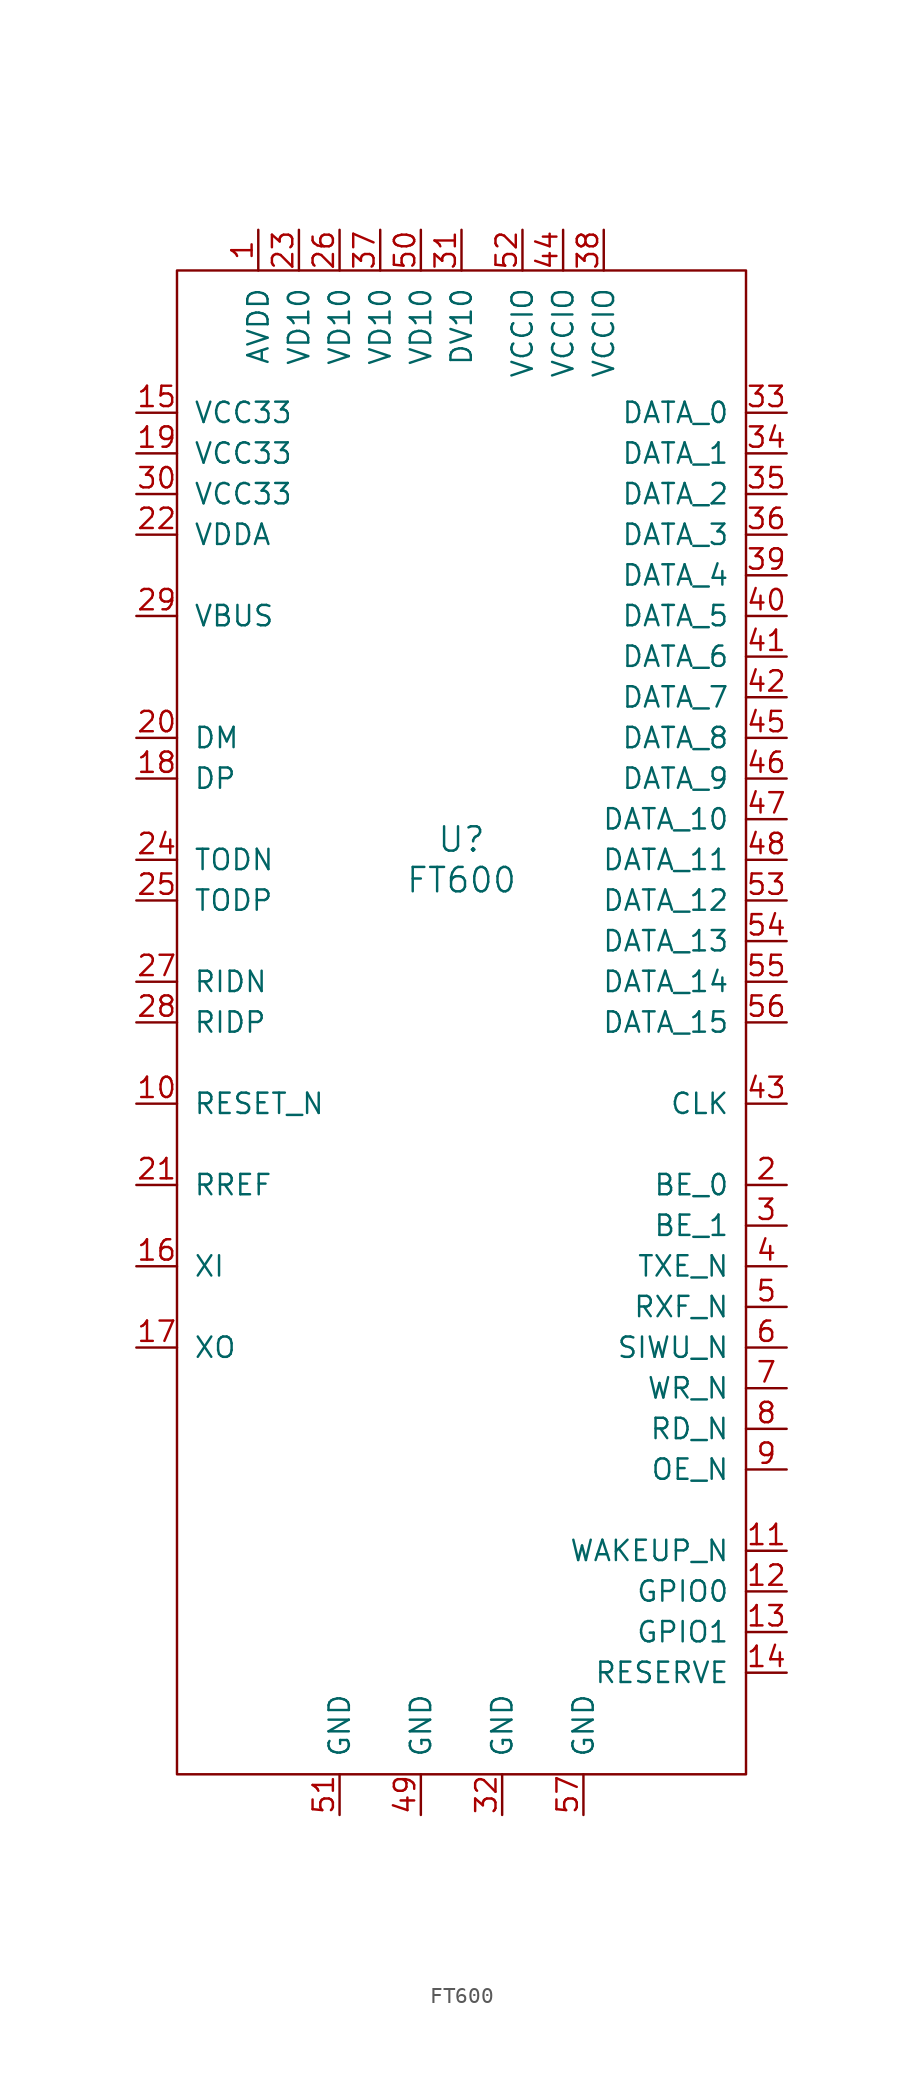
<source format=kicad_sym>
(kicad_symbol_lib
  (version 20211014)
  (generator kicad_symbol_editor)
  (symbol "FT600"
    (pin_names
      (offset 1.016))
    (property "Reference" "U"
      (at 0 1.27 0)
      (effects (font (size 1.524 1.524))))
    (property "Value" "FT600"
      (at 0 -1.27 0)
      (effects (font (size 1.524 1.524))))
    (symbol "FT600_0_1"
      (rectangle (start -17.78 36.83) (end 17.78 -57.15) (stroke (width 0) (type default) (color 0 0 0 0)) (fill (type none))))
    (symbol "FT600_1_1"
      (pin power_in line (at -12.7 39.37 270) (length 2.54) (name "AVDD" (effects (font (size 1.27 1.27)))) (number "1" (effects (font (size 1.27 1.27)))))
      (pin input line (at -20.32 -15.24 0) (length 2.54) (name "RESET_N" (effects (font (size 1.27 1.27)))) (number "10" (effects (font (size 1.27 1.27)))))
      (pin input line (at 20.32 -43.18 180) (length 2.54) (name "WAKEUP_N" (effects (font (size 1.27 1.27)))) (number "11" (effects (font (size 1.27 1.27)))))
      (pin bidirectional line (at 20.32 -45.72 180) (length 2.54) (name "GPIO0" (effects (font (size 1.27 1.27)))) (number "12" (effects (font (size 1.27 1.27)))))
      (pin bidirectional line (at 20.32 -48.26 180) (length 2.54) (name "GPIO1" (effects (font (size 1.27 1.27)))) (number "13" (effects (font (size 1.27 1.27)))))
      (pin bidirectional line (at 20.32 -50.8 180) (length 2.54) (name "RESERVE" (effects (font (size 1.27 1.27)))) (number "14" (effects (font (size 1.27 1.27)))))
      (pin power_in line (at -20.32 27.94 0) (length 2.54) (name "VCC33" (effects (font (size 1.27 1.27)))) (number "15" (effects (font (size 1.27 1.27)))))
      (pin input line (at -20.32 -25.4 0) (length 2.54) (name "XI" (effects (font (size 1.27 1.27)))) (number "16" (effects (font (size 1.27 1.27)))))
      (pin output line (at -20.32 -30.48 0) (length 2.54) (name "XO" (effects (font (size 1.27 1.27)))) (number "17" (effects (font (size 1.27 1.27)))))
      (pin bidirectional line (at -20.32 5.08 0) (length 2.54) (name "DP" (effects (font (size 1.27 1.27)))) (number "18" (effects (font (size 1.27 1.27)))))
      (pin power_in line (at -20.32 25.4 0) (length 2.54) (name "VCC33" (effects (font (size 1.27 1.27)))) (number "19" (effects (font (size 1.27 1.27)))))
      (pin output line (at 20.32 -20.32 180) (length 2.54) (name "BE_0" (effects (font (size 1.27 1.27)))) (number "2" (effects (font (size 1.27 1.27)))))
      (pin bidirectional line (at -20.32 7.62 0) (length 2.54) (name "DM" (effects (font (size 1.27 1.27)))) (number "20" (effects (font (size 1.27 1.27)))))
      (pin input line (at -20.32 -20.32 0) (length 2.54) (name "RREF" (effects (font (size 1.27 1.27)))) (number "21" (effects (font (size 1.27 1.27)))))
      (pin power_in line (at -20.32 20.32 0) (length 2.54) (name "VDDA" (effects (font (size 1.27 1.27)))) (number "22" (effects (font (size 1.27 1.27)))))
      (pin power_in line (at -10.16 39.37 270) (length 2.54) (name "VD10" (effects (font (size 1.27 1.27)))) (number "23" (effects (font (size 1.27 1.27)))))
      (pin output line (at -20.32 0 0) (length 2.54) (name "TODN" (effects (font (size 1.27 1.27)))) (number "24" (effects (font (size 1.27 1.27)))))
      (pin output line (at -20.32 -2.54 0) (length 2.54) (name "TODP" (effects (font (size 1.27 1.27)))) (number "25" (effects (font (size 1.27 1.27)))))
      (pin power_in line (at -7.62 39.37 270) (length 2.54) (name "VD10" (effects (font (size 1.27 1.27)))) (number "26" (effects (font (size 1.27 1.27)))))
      (pin input line (at -20.32 -7.62 0) (length 2.54) (name "RIDN" (effects (font (size 1.27 1.27)))) (number "27" (effects (font (size 1.27 1.27)))))
      (pin input line (at -20.32 -10.16 0) (length 2.54) (name "RIDP" (effects (font (size 1.27 1.27)))) (number "28" (effects (font (size 1.27 1.27)))))
      (pin power_in line (at -20.32 15.24 0) (length 2.54) (name "VBUS" (effects (font (size 1.27 1.27)))) (number "29" (effects (font (size 1.27 1.27)))))
      (pin output line (at 20.32 -22.86 180) (length 2.54) (name "BE_1" (effects (font (size 1.27 1.27)))) (number "3" (effects (font (size 1.27 1.27)))))
      (pin power_in line (at -20.32 22.86 0) (length 2.54) (name "VCC33" (effects (font (size 1.27 1.27)))) (number "30" (effects (font (size 1.27 1.27)))))
      (pin power_out line (at 0 39.37 270) (length 2.54) (name "DV10" (effects (font (size 1.27 1.27)))) (number "31" (effects (font (size 1.27 1.27)))))
      (pin power_in line (at 2.54 -59.69 90) (length 2.54) (name "GND" (effects (font (size 1.27 1.27)))) (number "32" (effects (font (size 1.27 1.27)))))
      (pin bidirectional line (at 20.32 27.94 180) (length 2.54) (name "DATA_0" (effects (font (size 1.27 1.27)))) (number "33" (effects (font (size 1.27 1.27)))))
      (pin bidirectional line (at 20.32 25.4 180) (length 2.54) (name "DATA_1" (effects (font (size 1.27 1.27)))) (number "34" (effects (font (size 1.27 1.27)))))
      (pin bidirectional line (at 20.32 22.86 180) (length 2.54) (name "DATA_2" (effects (font (size 1.27 1.27)))) (number "35" (effects (font (size 1.27 1.27)))))
      (pin bidirectional line (at 20.32 20.32 180) (length 2.54) (name "DATA_3" (effects (font (size 1.27 1.27)))) (number "36" (effects (font (size 1.27 1.27)))))
      (pin power_in line (at -5.08 39.37 270) (length 2.54) (name "VD10" (effects (font (size 1.27 1.27)))) (number "37" (effects (font (size 1.27 1.27)))))
      (pin power_in line (at 8.89 39.37 270) (length 2.54) (name "VCCIO" (effects (font (size 1.27 1.27)))) (number "38" (effects (font (size 1.27 1.27)))))
      (pin bidirectional line (at 20.32 17.78 180) (length 2.54) (name "DATA_4" (effects (font (size 1.27 1.27)))) (number "39" (effects (font (size 1.27 1.27)))))
      (pin output line (at 20.32 -25.4 180) (length 2.54) (name "TXE_N" (effects (font (size 1.27 1.27)))) (number "4" (effects (font (size 1.27 1.27)))))
      (pin bidirectional line (at 20.32 15.24 180) (length 2.54) (name "DATA_5" (effects (font (size 1.27 1.27)))) (number "40" (effects (font (size 1.27 1.27)))))
      (pin bidirectional line (at 20.32 12.7 180) (length 2.54) (name "DATA_6" (effects (font (size 1.27 1.27)))) (number "41" (effects (font (size 1.27 1.27)))))
      (pin bidirectional line (at 20.32 10.16 180) (length 2.54) (name "DATA_7" (effects (font (size 1.27 1.27)))) (number "42" (effects (font (size 1.27 1.27)))))
      (pin output line (at 20.32 -15.24 180) (length 2.54) (name "CLK" (effects (font (size 1.27 1.27)))) (number "43" (effects (font (size 1.27 1.27)))))
      (pin power_in line (at 6.35 39.37 270) (length 2.54) (name "VCCIO" (effects (font (size 1.27 1.27)))) (number "44" (effects (font (size 1.27 1.27)))))
      (pin bidirectional line (at 20.32 7.62 180) (length 2.54) (name "DATA_8" (effects (font (size 1.27 1.27)))) (number "45" (effects (font (size 1.27 1.27)))))
      (pin bidirectional line (at 20.32 5.08 180) (length 2.54) (name "DATA_9" (effects (font (size 1.27 1.27)))) (number "46" (effects (font (size 1.27 1.27)))))
      (pin bidirectional line (at 20.32 2.54 180) (length 2.54) (name "DATA_10" (effects (font (size 1.27 1.27)))) (number "47" (effects (font (size 1.27 1.27)))))
      (pin bidirectional line (at 20.32 0 180) (length 2.54) (name "DATA_11" (effects (font (size 1.27 1.27)))) (number "48" (effects (font (size 1.27 1.27)))))
      (pin power_in line (at -2.54 -59.69 90) (length 2.54) (name "GND" (effects (font (size 1.27 1.27)))) (number "49" (effects (font (size 1.27 1.27)))))
      (pin output line (at 20.32 -27.94 180) (length 2.54) (name "RXF_N" (effects (font (size 1.27 1.27)))) (number "5" (effects (font (size 1.27 1.27)))))
      (pin power_in line (at -2.54 39.37 270) (length 2.54) (name "VD10" (effects (font (size 1.27 1.27)))) (number "50" (effects (font (size 1.27 1.27)))))
      (pin power_in line (at -7.62 -59.69 90) (length 2.54) (name "GND" (effects (font (size 1.27 1.27)))) (number "51" (effects (font (size 1.27 1.27)))))
      (pin power_in line (at 3.81 39.37 270) (length 2.54) (name "VCCIO" (effects (font (size 1.27 1.27)))) (number "52" (effects (font (size 1.27 1.27)))))
      (pin bidirectional line (at 20.32 -2.54 180) (length 2.54) (name "DATA_12" (effects (font (size 1.27 1.27)))) (number "53" (effects (font (size 1.27 1.27)))))
      (pin bidirectional line (at 20.32 -5.08 180) (length 2.54) (name "DATA_13" (effects (font (size 1.27 1.27)))) (number "54" (effects (font (size 1.27 1.27)))))
      (pin bidirectional line (at 20.32 -7.62 180) (length 2.54) (name "DATA_14" (effects (font (size 1.27 1.27)))) (number "55" (effects (font (size 1.27 1.27)))))
      (pin bidirectional line (at 20.32 -10.16 180) (length 2.54) (name "DATA_15" (effects (font (size 1.27 1.27)))) (number "56" (effects (font (size 1.27 1.27)))))
      (pin power_in line (at 7.62 -59.69 90) (length 2.54) (name "GND" (effects (font (size 1.27 1.27)))) (number "57" (effects (font (size 1.27 1.27)))))
      (pin output line (at 20.32 -30.48 180) (length 2.54) (name "SIWU_N" (effects (font (size 1.27 1.27)))) (number "6" (effects (font (size 1.27 1.27)))))
      (pin input line (at 20.32 -33.02 180) (length 2.54) (name "WR_N" (effects (font (size 1.27 1.27)))) (number "7" (effects (font (size 1.27 1.27)))))
      (pin input line (at 20.32 -35.56 180) (length 2.54) (name "RD_N" (effects (font (size 1.27 1.27)))) (number "8" (effects (font (size 1.27 1.27)))))
      (pin input line (at 20.32 -38.1 180) (length 2.54) (name "OE_N" (effects (font (size 1.27 1.27)))) (number "9" (effects (font (size 1.27 1.27))))))))
</source>
